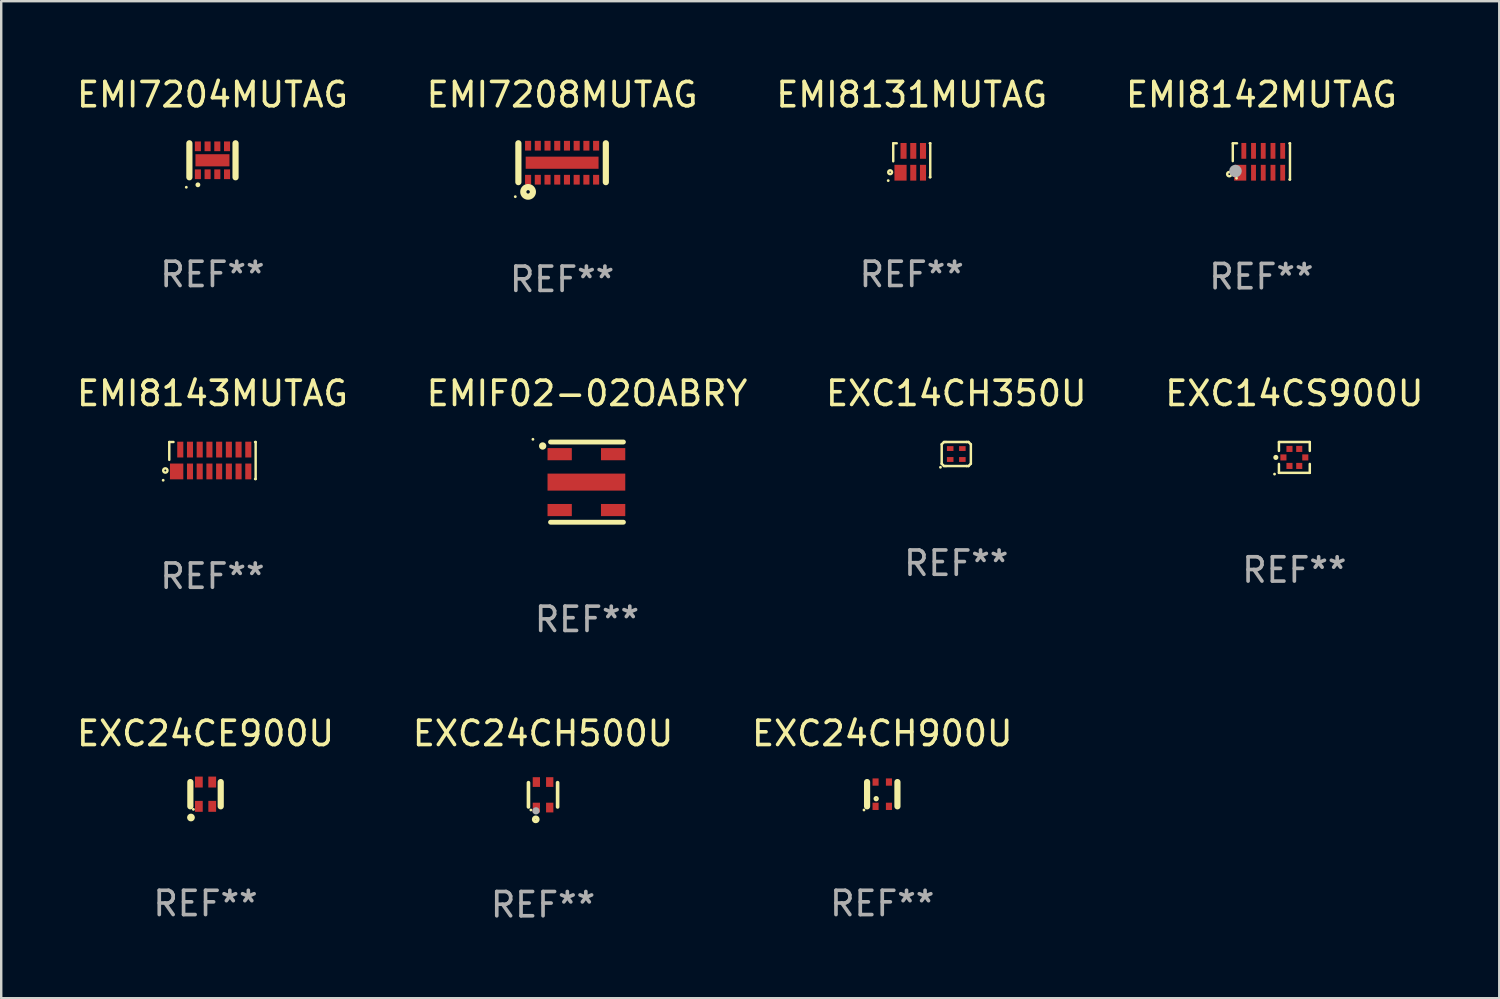
<source format=kicad_pcb>
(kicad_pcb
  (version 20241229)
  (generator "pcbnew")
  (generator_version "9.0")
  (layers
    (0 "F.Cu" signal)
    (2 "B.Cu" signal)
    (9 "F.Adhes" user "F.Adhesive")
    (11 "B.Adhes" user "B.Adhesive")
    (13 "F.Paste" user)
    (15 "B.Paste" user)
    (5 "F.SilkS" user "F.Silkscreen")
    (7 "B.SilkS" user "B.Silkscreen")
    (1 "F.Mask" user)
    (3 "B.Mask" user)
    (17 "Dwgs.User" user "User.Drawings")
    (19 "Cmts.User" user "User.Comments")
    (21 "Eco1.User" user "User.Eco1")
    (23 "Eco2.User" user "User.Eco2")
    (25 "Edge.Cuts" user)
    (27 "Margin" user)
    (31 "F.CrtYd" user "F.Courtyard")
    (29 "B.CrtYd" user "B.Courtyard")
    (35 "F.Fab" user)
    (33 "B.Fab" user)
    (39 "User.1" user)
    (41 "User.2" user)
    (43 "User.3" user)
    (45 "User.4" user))
  (footprint "EMI7204MUTAG"
    (layer "F.Cu")
    (at 5.696 3.548)
    (property "Reference" "EMI7204MUTAG" (at 0 -2.7 0) (layer "F.SilkS") (effects (font (size 1 1) (thickness 0.15))))
    (attr through_hole)
    (fp_line (start -0.95 -0.7) (end -0.95 0.7) (stroke (width 0.254) (type solid)) (layer "F.SilkS"))
    (fp_line (start 0.95 -0.7) (end 0.95 0.7) (stroke (width 0.254) (type solid)) (layer "F.SilkS"))
    (fp_circle (center -1.077 1.11) (end -1.047 1.11) (stroke (width 0.06) (type solid)) (fill no) (layer "F.SilkS"))
    (fp_circle (center -0.6 1.01) (end -0.55 1.01) (stroke (width 0.1) (type solid)) (fill no) (layer "F.SilkS"))
    (fp_text user "REF**" (at 0 4.7 0) (layer "F.Fab") (effects (font (size 1 1) (thickness 0.15))))
    (pad "1" smd rect (at -0.6 0.575) (size 0.25 0.4) (layers "F.Cu" "F.Mask" "F.Paste"))
    (pad "2" smd rect (at -0.2 0.575) (size 0.25 0.4) (layers "F.Cu" "F.Mask" "F.Paste"))
    (pad "3" smd rect (at 0.2 0.575) (size 0.25 0.4) (layers "F.Cu" "F.Mask" "F.Paste"))
    (pad "4" smd rect (at 0.6 0.575) (size 0.25 0.4) (layers "F.Cu" "F.Mask" "F.Paste"))
    (pad "5" smd rect (at 0.6 -0.575) (size 0.25 0.4) (layers "F.Cu" "F.Mask" "F.Paste"))
    (pad "6" smd rect (at 0.2 -0.575) (size 0.25 0.4) (layers "F.Cu" "F.Mask" "F.Paste"))
    (pad "7" smd rect (at -0.2 -0.575) (size 0.25 0.4) (layers "F.Cu" "F.Mask" "F.Paste"))
    (pad "8" smd rect (at -0.6 -0.575) (size 0.25 0.4) (layers "F.Cu" "F.Mask" "F.Paste"))
    (pad "9" smd rect (at 0 0.000127 270) (size 0.5 1.4) (layers "F.Cu" "F.Mask" "F.Paste")))
  (footprint "EXC24CH900U"
    (layer "F.Cu")
    (at 33.268 29.643)
    (property "Reference" "EXC24CH900U" (at 0 -2.5 0) (layer "F.SilkS") (effects (font (size 1 1) (thickness 0.15))))
    (attr through_hole)
    (fp_line (start -0.625 -0.5) (end -0.625 0.5) (stroke (width 0.254) (type solid)) (layer "F.SilkS"))
    (fp_line (start 0.625 -0.5) (end 0.625 0.5) (stroke (width 0.254) (type solid)) (layer "F.SilkS"))
    (fp_circle (center -0.752 0.65) (end -0.722 0.65) (stroke (width 0.06) (type solid)) (fill no) (layer "F.SilkS"))
    (fp_circle (center -0.25 0.185) (end -0.24 0.185) (stroke (width 0.1) (type solid)) (fill no) (layer "F.SilkS"))
    (fp_text user "REF**" (at 0 4.5 0) (layer "F.Fab") (effects (font (size 1 1) (thickness 0.15))))
    (pad "1" smd rect (at -0.275 0.5 90) (size 0.3 0.25) (layers "F.Cu" "F.Mask" "F.Paste"))
    (pad "2" smd rect (at 0.275 0.5 90) (size 0.3 0.25) (layers "F.Cu" "F.Mask" "F.Paste"))
    (pad "3" smd rect (at 0.275 -0.5 90) (size 0.3 0.25) (layers "F.Cu" "F.Mask" "F.Paste"))
    (pad "4" smd rect (at -0.275 -0.5 90) (size 0.3 0.25) (layers "F.Cu" "F.Mask" "F.Paste")))
  (footprint "EXC14CH350U"
    (layer "F.Cu")
    (at 36.315 15.64)
    (property "Reference" "EXC14CH350U" (at 0 -2.495 0) (layer "F.SilkS") (effects (font (size 1 1) (thickness 0.15))))
    (attr through_hole)
    (fp_line (start -0.6 0.4) (end -0.6 -0.4) (stroke (width 0.102) (type solid)) (layer "F.SilkS"))
    (fp_line (start -0.505 -0.495) (end -0.6 -0.4) (stroke (width 0.102) (type solid)) (layer "F.SilkS"))
    (fp_line (start -0.505 0.495) (end -0.6 0.4) (stroke (width 0.102) (type solid)) (layer "F.SilkS"))
    (fp_line (start -0.425 -0.495) (end -0.505 -0.495) (stroke (width 0.102) (type solid)) (layer "F.SilkS"))
    (fp_line (start -0.425 -0.495) (end 0.425 -0.495) (stroke (width 0.102) (type solid)) (layer "F.SilkS"))
    (fp_line (start -0.425 0.495) (end -0.505 0.495) (stroke (width 0.102) (type solid)) (layer "F.SilkS"))
    (fp_line (start -0.425 0.495) (end 0.425 0.495) (stroke (width 0.102) (type solid)) (layer "F.SilkS"))
    (fp_line (start 0.425 -0.495) (end 0.505 -0.495) (stroke (width 0.102) (type solid)) (layer "F.SilkS"))
    (fp_line (start 0.425 0.495) (end 0.505 0.495) (stroke (width 0.102) (type solid)) (layer "F.SilkS"))
    (fp_line (start 0.505 -0.495) (end 0.6 -0.4) (stroke (width 0.102) (type solid)) (layer "F.SilkS"))
    (fp_line (start 0.505 0.495) (end 0.6 0.4) (stroke (width 0.102) (type solid)) (layer "F.SilkS"))
    (fp_line (start 0.6 0.4) (end 0.6 -0.4) (stroke (width 0.102) (type solid)) (layer "F.SilkS"))
    (fp_circle (center -0.651 0.546) (end -0.621 0.546) (stroke (width 0.06) (type solid)) (fill no) (layer "F.SilkS"))
    (fp_text user "REF**" (at 0 4.495 0) (layer "F.Fab") (effects (font (size 1 1) (thickness 0.15))))
    (pad "1" smd rect (at -0.25 0.225 90) (size 0.2 0.27) (layers "F.Cu" "F.Mask" "F.Paste"))
    (pad "2" smd rect (at 0.25 0.225 90) (size 0.2 0.27) (layers "F.Cu" "F.Mask" "F.Paste"))
    (pad "3" smd rect (at 0.25 -0.225 90) (size 0.2 0.27) (layers "F.Cu" "F.Mask" "F.Paste"))
    (pad "4" smd rect (at -0.25 -0.225 90) (size 0.2 0.27) (layers "F.Cu" "F.Mask" "F.Paste")))
  (footprint "EMI8142MUTAG"
    (layer "F.Cu")
    (at 48.875 3.594)
    (property "Reference" "EMI8142MUTAG" (at 0 -2.746 0) (layer "F.SilkS") (effects (font (size 1 1) (thickness 0.15))))
    (attr through_hole)
    (fp_line (start -1.177 -0.746) (end -1.177 -0.011) (stroke (width 0.1) (type solid)) (layer "F.SilkS"))
    (fp_line (start -1.177 -0.746) (end -1.003 -0.746) (stroke (width 0.1) (type solid)) (layer "F.SilkS"))
    (fp_line (start 1.156 -0.744) (end 1.177 -0.744) (stroke (width 0.1) (type solid)) (layer "F.SilkS"))
    (fp_line (start 1.177 -0.744) (end 1.177 0.746) (stroke (width 0.1) (type solid)) (layer "F.SilkS"))
    (fp_line (start 1.177 0.746) (end 1.156 0.746) (stroke (width 0.1) (type solid)) (layer "F.SilkS"))
    (fp_circle (center -1.321 0.524) (end -1.282 0.524) (stroke (width 0.1) (type solid)) (fill no) (layer "F.SilkS"))
    (fp_circle (center -1.024 0.691) (end -0.994 0.691) (stroke (width 0.06) (type solid)) (fill no) (layer "F.SilkS"))
    (fp_circle (center -1.067 0.397) (end -0.937 0.397) (stroke (width 0.26) (type solid)) (fill no) (layer "F.Fab"))
    (fp_text user "REF**" (at 0 4.746 0) (layer "F.Fab") (effects (font (size 1 1) (thickness 0.15))))
    (pad "1" smd rect (at -0.873 0.466) (size 0.5 0.65) (layers "F.Cu" "F.Mask" "F.Paste"))
    (pad "2" smd rect (at -0.324 0.466) (size 0.2 0.65) (layers "F.Cu" "F.Mask" "F.Paste"))
    (pad "3" smd rect (at 0.076 0.466) (size 0.2 0.65) (layers "F.Cu" "F.Mask" "F.Paste"))
    (pad "4" smd rect (at 0.477 0.466) (size 0.2 0.65) (layers "F.Cu" "F.Mask" "F.Paste"))
    (pad "5" smd rect (at 0.877 0.466) (size 0.2 0.65) (layers "F.Cu" "F.Mask" "F.Paste"))
    (pad "6" smd rect (at 0.877 -0.434) (size 0.2 0.65) (layers "F.Cu" "F.Mask" "F.Paste"))
    (pad "7" smd rect (at 0.477 -0.434) (size 0.2 0.65) (layers "F.Cu" "F.Mask" "F.Paste"))
    (pad "8" smd rect (at 0.076 -0.434) (size 0.2 0.65) (layers "F.Cu" "F.Mask" "F.Paste"))
    (pad "9" smd rect (at -0.324 -0.434) (size 0.2 0.65) (layers "F.Cu" "F.Mask" "F.Paste"))
    (pad "10" smd rect (at -0.723 -0.434) (size 0.2 0.65) (layers "F.Cu" "F.Mask" "F.Paste")))
  (footprint "EMI8143MUTAG"
    (layer "F.Cu")
    (at 5.696 15.907)
    (property "Reference" "EMI8143MUTAG" (at 0 -2.762 0) (layer "F.SilkS") (effects (font (size 1 1) (thickness 0.15))))
    (attr through_hole)
    (fp_line (start -1.778 -0.762) (end -1.778 -0.027) (stroke (width 0.1) (type solid)) (layer "F.SilkS"))
    (fp_line (start -1.778 -0.762) (end -1.604 -0.762) (stroke (width 0.1) (type solid)) (layer "F.SilkS"))
    (fp_line (start 1.754 -0.762) (end 1.778 -0.762) (stroke (width 0.1) (type solid)) (layer "F.SilkS"))
    (fp_line (start 1.778 -0.762) (end 1.778 0.762) (stroke (width 0.1) (type solid)) (layer "F.SilkS"))
    (fp_line (start 1.778 0.762) (end 1.754 0.762) (stroke (width 0.1) (type solid)) (layer "F.SilkS"))
    (fp_circle (center -2.029 0.812) (end -1.999 0.812) (stroke (width 0.06) (type solid)) (fill no) (layer "F.SilkS"))
    (fp_circle (center -1.94 0.41) (end -1.901 0.41) (stroke (width 0.1) (type solid)) (fill no) (layer "F.SilkS"))
    (fp_text user "REF**" (at 0 4.762 0) (layer "F.Fab") (effects (font (size 1 1) (thickness 0.15))))
    (pad "1" smd rect (at -1.475 0.45) (size 0.55 0.65) (layers "F.Cu" "F.Mask" "F.Paste"))
    (pad "2" smd rect (at -0.925 0.45) (size 0.25 0.65) (layers "F.Cu" "F.Mask" "F.Paste"))
    (pad "3" smd rect (at -0.525 0.45) (size 0.25 0.65) (layers "F.Cu" "F.Mask" "F.Paste"))
    (pad "4" smd rect (at -0.125 0.45) (size 0.25 0.65) (layers "F.Cu" "F.Mask" "F.Paste"))
    (pad "5" smd rect (at 0.275 0.45) (size 0.25 0.65) (layers "F.Cu" "F.Mask" "F.Paste"))
    (pad "6" smd rect (at 0.675 0.45) (size 0.25 0.65) (layers "F.Cu" "F.Mask" "F.Paste"))
    (pad "7" smd rect (at 1.075 0.45) (size 0.25 0.65) (layers "F.Cu" "F.Mask" "F.Paste"))
    (pad "8" smd rect (at 1.475 0.45) (size 0.25 0.65) (layers "F.Cu" "F.Mask" "F.Paste"))
    (pad "9" smd rect (at 1.475 -0.45) (size 0.25 0.65) (layers "F.Cu" "F.Mask" "F.Paste"))
    (pad "10" smd rect (at 1.075 -0.45) (size 0.25 0.65) (layers "F.Cu" "F.Mask" "F.Paste"))
    (pad "11" smd rect (at 0.675 -0.45) (size 0.25 0.65) (layers "F.Cu" "F.Mask" "F.Paste"))
    (pad "12" smd rect (at 0.275 -0.45) (size 0.25 0.65) (layers "F.Cu" "F.Mask" "F.Paste"))
    (pad "13" smd rect (at -0.125 -0.45) (size 0.25 0.65) (layers "F.Cu" "F.Mask" "F.Paste"))
    (pad "14" smd rect (at -0.525 -0.45) (size 0.25 0.65) (layers "F.Cu" "F.Mask" "F.Paste"))
    (pad "15" smd rect (at -0.925 -0.45) (size 0.25 0.65) (layers "F.Cu" "F.Mask" "F.Paste"))
    (pad "16" smd rect (at -1.325 -0.45) (size 0.25 0.65) (layers "F.Cu" "F.Mask" "F.Paste")))
  (footprint "EMI7208MUTAG"
    (layer "F.Cu")
    (at 20.089 3.648)
    (property "Reference" "EMI7208MUTAG" (at 0 -2.8 0) (layer "F.SilkS") (effects (font (size 1 1) (thickness 0.15))))
    (attr through_hole)
    (fp_line (start -1.8 0.8) (end -1.8 -0.8) (stroke (width 0.254) (type solid)) (layer "F.SilkS"))
    (fp_line (start 1.8 0.8) (end 1.8 -0.8) (stroke (width 0.254) (type solid)) (layer "F.SilkS"))
    (fp_circle (center -1.927 1.398) (end -1.897 1.398) (stroke (width 0.06) (type solid)) (fill no) (layer "F.SilkS"))
    (fp_circle (center -1.4 1.2) (end -1.329 1.2) (stroke (width 0.254) (type solid)) (fill no) (layer "F.SilkS"))
    (fp_text user "REF**" (at 0 4.8 0) (layer "F.Fab") (effects (font (size 1 1) (thickness 0.15))))
    (pad "1" smd rect (at -1.4 0.7) (size 0.25 0.4) (layers "F.Cu" "F.Mask" "F.Paste"))
    (pad "2" smd rect (at -1 0.7) (size 0.25 0.4) (layers "F.Cu" "F.Mask" "F.Paste"))
    (pad "3" smd rect (at -0.6 0.7) (size 0.25 0.4) (layers "F.Cu" "F.Mask" "F.Paste"))
    (pad "4" smd rect (at -0.2 0.7) (size 0.25 0.4) (layers "F.Cu" "F.Mask" "F.Paste"))
    (pad "5" smd rect (at 0.2 0.7) (size 0.25 0.4) (layers "F.Cu" "F.Mask" "F.Paste"))
    (pad "6" smd rect (at 0.6 0.7) (size 0.25 0.4) (layers "F.Cu" "F.Mask" "F.Paste"))
    (pad "7" smd rect (at 1 0.7) (size 0.25 0.4) (layers "F.Cu" "F.Mask" "F.Paste"))
    (pad "8" smd rect (at 1.4 0.7) (size 0.25 0.4) (layers "F.Cu" "F.Mask" "F.Paste"))
    (pad "9" smd rect (at 1.4 -0.7) (size 0.25 0.4) (layers "F.Cu" "F.Mask" "F.Paste"))
    (pad "10" smd rect (at 1 -0.7) (size 0.25 0.4) (layers "F.Cu" "F.Mask" "F.Paste"))
    (pad "11" smd rect (at 0.6 -0.7) (size 0.25 0.4) (layers "F.Cu" "F.Mask" "F.Paste"))
    (pad "12" smd rect (at 0.2 -0.7) (size 0.25 0.4) (layers "F.Cu" "F.Mask" "F.Paste"))
    (pad "13" smd rect (at -0.2 -0.7) (size 0.25 0.4) (layers "F.Cu" "F.Mask" "F.Paste"))
    (pad "14" smd rect (at -0.6 -0.7) (size 0.25 0.4) (layers "F.Cu" "F.Mask" "F.Paste"))
    (pad "15" smd rect (at -1 -0.7) (size 0.25 0.4) (layers "F.Cu" "F.Mask" "F.Paste"))
    (pad "16" smd rect (at -1.4 -0.7) (size 0.25 0.4) (layers "F.Cu" "F.Mask" "F.Paste"))
    (pad "17" smd rect (at 0.000356 0.000152 180) (size 3 0.5) (layers "F.Cu" "F.Mask" "F.Paste")))
  (footprint "EMI8131MUTAG"
    (layer "F.Cu")
    (at 34.482 3.547)
    (property "Reference" "EMI8131MUTAG" (at 0 -2.699 0) (layer "F.SilkS") (effects (font (size 1 1) (thickness 0.15))))
    (attr through_hole)
    (fp_line (start -0.762 -0.699) (end -0.762 0.043) (stroke (width 0.1) (type solid)) (layer "F.SilkS"))
    (fp_line (start -0.617 -0.699) (end -0.762 -0.699) (stroke (width 0.1) (type solid)) (layer "F.SilkS"))
    (fp_line (start 0.762 -0.699) (end 0.742 -0.699) (stroke (width 0.1) (type solid)) (layer "F.SilkS"))
    (fp_line (start 0.762 0.699) (end 0.742 0.699) (stroke (width 0.1) (type solid)) (layer "F.SilkS"))
    (fp_line (start 0.762 0.699) (end 0.762 -0.699) (stroke (width 0.1) (type solid)) (layer "F.SilkS"))
    (fp_circle (center -0.969 0.838) (end -0.939 0.838) (stroke (width 0.06) (type solid)) (fill no) (layer "F.SilkS"))
    (fp_circle (center -0.89 0.493) (end -0.861 0.493) (stroke (width 0.1) (type solid)) (fill no) (layer "F.SilkS"))
    (fp_text user "REF**" (at 0 4.699 0) (layer "F.Fab") (effects (font (size 1 1) (thickness 0.15))))
    (pad "1" smd rect (at -0.462 0.513) (size 0.5 0.65) (layers "F.Cu" "F.Mask" "F.Paste"))
    (pad "2" smd rect (at 0.063 0.513) (size 0.25 0.65) (layers "F.Cu" "F.Mask" "F.Paste"))
    (pad "3" smd rect (at 0.463 0.513) (size 0.25 0.65) (layers "F.Cu" "F.Mask" "F.Paste"))
    (pad "4" smd rect (at 0.463 -0.386) (size 0.25 0.65) (layers "F.Cu" "F.Mask" "F.Paste"))
    (pad "5" smd rect (at 0.063 -0.386) (size 0.25 0.65) (layers "F.Cu" "F.Mask" "F.Paste"))
    (pad "6" smd rect (at -0.338 -0.386) (size 0.25 0.65) (layers "F.Cu" "F.Mask" "F.Paste")))
  (footprint "EXC14CS900U"
    (layer "F.Cu")
    (at 50.232 15.78)
    (property "Reference" "EXC14CS900U" (at 0 -2.635 0) (layer "F.SilkS") (effects (font (size 1 1) (thickness 0.15))))
    (attr through_hole)
    (fp_line (start -0.635 -0.635) (end 0.635 -0.635) (stroke (width 0.102) (type solid)) (layer "F.SilkS"))
    (fp_line (start -0.635 -0.268) (end -0.635 -0.635) (stroke (width 0.102) (type solid)) (layer "F.SilkS"))
    (fp_line (start -0.635 0.635) (end -0.635 0.268) (stroke (width 0.102) (type solid)) (layer "F.SilkS"))
    (fp_line (start 0.635 -0.635) (end 0.635 -0.268) (stroke (width 0.102) (type solid)) (layer "F.SilkS"))
    (fp_line (start 0.635 0.268) (end 0.635 0.635) (stroke (width 0.102) (type solid)) (layer "F.SilkS"))
    (fp_line (start 0.635 0.635) (end -0.635 0.635) (stroke (width 0.102) (type solid)) (layer "F.SilkS"))
    (fp_circle (center -0.816 0.686) (end -0.786 0.686) (stroke (width 0.06) (type solid)) (fill no) (layer "F.SilkS"))
    (fp_circle (center -0.762 0) (end -0.759 0) (stroke (width 0.102) (type solid)) (fill no) (layer "F.SilkS"))
    (fp_text user "REF**" (at 0 4.635 0) (layer "F.Fab") (effects (font (size 1 1) (thickness 0.15))))
    (pad "1" smd rect (at -0.45 0) (size 0.25 0.25) (layers "F.Cu" "F.Mask" "F.Paste"))
    (pad "2" smd rect (at -0.201 0.35) (size 0.25 0.25) (layers "F.Cu" "F.Mask" "F.Paste"))
    (pad "3" smd rect (at 0.201 0.35) (size 0.25 0.25) (layers "F.Cu" "F.Mask" "F.Paste"))
    (pad "4" smd rect (at 0.45 0) (size 0.25 0.25) (layers "F.Cu" "F.Mask" "F.Paste"))
    (pad "5" smd rect (at 0.201 -0.35) (size 0.25 0.25) (layers "F.Cu" "F.Mask" "F.Paste"))
    (pad "6" smd rect (at -0.201 -0.35) (size 0.25 0.25) (layers "F.Cu" "F.Mask" "F.Paste")))
  (footprint "EXC24CE900U"
    (layer "F.Cu")
    (at 5.411 29.643)
    (property "Reference" "EXC24CE900U" (at 0 -2.5 0) (layer "F.SilkS") (effects (font (size 1 1) (thickness 0.15))))
    (attr through_hole)
    (fp_line (start -0.625 -0.5) (end -0.625 0.5) (stroke (width 0.254) (type solid)) (layer "F.SilkS"))
    (fp_line (start 0.625 -0.5) (end 0.625 0.5) (stroke (width 0.254) (type solid)) (layer "F.SilkS"))
    (fp_circle (center -0.6 0.96) (end -0.52 0.96) (stroke (width 0.16) (type solid)) (fill no) (layer "F.SilkS"))
    (fp_circle (center -0.5 0.625) (end -0.47 0.625) (stroke (width 0.06) (type solid)) (fill no) (layer "F.SilkS"))
    (fp_text user "REF**" (at 0 4.5 0) (layer "F.Fab") (effects (font (size 1 1) (thickness 0.15))))
    (pad "1" smd rect (at -0.275 0.5 90) (size 0.45 0.32) (layers "F.Cu" "F.Mask" "F.Paste"))
    (pad "2" smd rect (at 0.275 0.5 90) (size 0.45 0.32) (layers "F.Cu" "F.Mask" "F.Paste"))
    (pad "3" smd rect (at 0.275 -0.5 90) (size 0.45 0.32) (layers "F.Cu" "F.Mask" "F.Paste"))
    (pad "4" smd rect (at -0.275 -0.5 90) (size 0.45 0.32) (layers "F.Cu" "F.Mask" "F.Paste")))
  (footprint "EMIF02-02OABRY"
    (layer "F.Cu")
    (at 21.113 16.796)
    (property "Reference" "EMIF02-02OABRY" (at 0 -3.651 0) (layer "F.SilkS") (effects (font (size 1 1) (thickness 0.15))))
    (attr through_hole)
    (fp_line (start -1.5 -1.651) (end 1.5 -1.651) (stroke (width 0.2) (type solid)) (layer "F.SilkS"))
    (fp_line (start -1.5 1.651) (end 1.5 1.651) (stroke (width 0.2) (type solid)) (layer "F.SilkS"))
    (fp_arc (start -1.82474 -1.485903) (mid -1.824746 -1.487173) (end -1.82474 -1.488443) (stroke (width 0.3) (type solid)) (layer "F.SilkS"))
    (fp_circle (center -2.225 -1.762) (end -2.195 -1.762) (stroke (width 0.06) (type solid)) (fill no) (layer "F.SilkS"))
    (fp_text user "REF**" (at 0 5.651 0) (layer "F.Fab") (effects (font (size 1 1) (thickness 0.15))))
    (pad "1" smd rect (at -1.124 -1.15 90) (size 0.5 1) (layers "F.Cu" "F.Mask" "F.Paste"))
    (pad "2" smd rect (at -0.024 0 90) (size 0.7 3.2) (layers "F.Cu" "F.Mask" "F.Paste"))
    (pad "3" smd rect (at -1.124 1.15 90) (size 0.5 1) (layers "F.Cu" "F.Mask" "F.Paste"))
    (pad "4" smd rect (at 1.076 1.15 90) (size 0.5 1) (layers "F.Cu" "F.Mask" "F.Paste"))
    (pad "6" smd rect (at 1.076 -1.15 90) (size 0.5 1) (layers "F.Cu" "F.Mask" "F.Paste")))
  (footprint "EXC24CH500U"
    (layer "F.Cu")
    (at 19.304 29.668)
    (property "Reference" "EXC24CH500U" (at 0 -2.525 0) (layer "F.SilkS") (effects (font (size 1 1) (thickness 0.15))))
    (attr through_hole)
    (fp_line (start -0.6 -0.5) (end -0.6 0.5) (stroke (width 0.15) (type solid)) (layer "F.SilkS"))
    (fp_line (start 0.6 -0.5) (end 0.6 0.5) (stroke (width 0.15) (type solid)) (layer "F.SilkS"))
    (fp_circle (center -0.5 0.625) (end -0.47 0.625) (stroke (width 0.06) (type solid)) (fill no) (layer "F.SilkS"))
    (fp_circle (center -0.3 1.01) (end -0.215 1.01) (stroke (width 0.15) (type solid)) (fill no) (layer "F.SilkS"))
    (fp_circle (center -0.29 0.66) (end -0.215 0.66) (stroke (width 0.15) (type solid)) (fill no) (layer "F.Fab"))
    (fp_text user "REF**" (at 0 4.525 0) (layer "F.Fab") (effects (font (size 1 1) (thickness 0.15))))
    (pad "1" smd rect (at -0.275 0.525 180) (size 0.3 0.4) (layers "F.Cu" "F.Mask" "F.Paste"))
    (pad "2" smd rect (at 0.275 0.525) (size 0.3 0.4) (layers "F.Cu" "F.Mask" "F.Paste"))
    (pad "3" smd rect (at 0.275 -0.525) (size 0.3 0.4) (layers "F.Cu" "F.Mask" "F.Paste"))
    (pad "4" smd rect (at -0.275 -0.525) (size 0.3 0.4) (layers "F.Cu" "F.Mask" "F.Paste")))
  (gr_rect
    (start -3 -3)
    (end 58.667 38.042)
    (stroke (width 0.1) (type default))
    (fill no)
    (layer "Edge.Cuts")))
</source>
